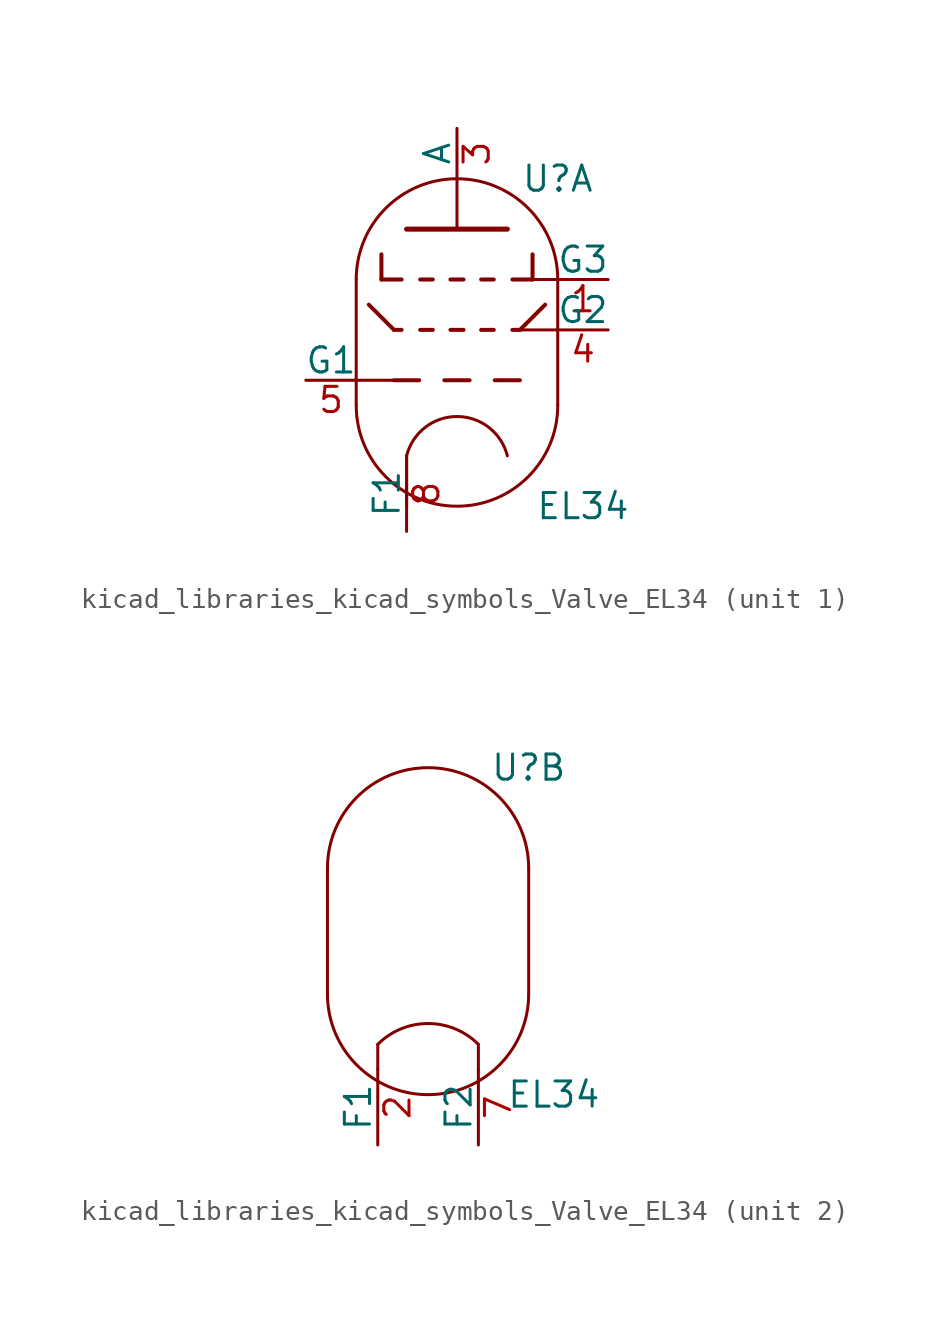
<source format=kicad_sym>
(kicad_symbol_lib
  (version 20220914)
  (generator kicad_symbol_editor)
  (symbol "kicad_libraries_kicad_symbols_Valve_EL34"
    (pin_names
      (offset 0))
    (property "Reference" "U"
      (at 5.08 8.89 0)
      (effects (font (size 1.27 1.27))))
    (property "Value" "EL34"
      (at 6.35 -7.62 0)
      (effects (font (size 1.27 1.27))))
    (property "ki_locked" ""
      (at 0 0 0)
      (effects (font (size 1.27 1.27))))
    (symbol "kicad_libraries_kicad_symbols_Valve_EL34_0_1"
      (arc (start -5.08 -2.54) (mid 0 -7.5979) (end 5.08 -2.54) (stroke (width 0) (type default)) (fill (type none)))
      (polyline (pts (xy -5.08 3.81) (xy -5.08 -2.54) (xy -5.08 -2.54)) (stroke (width 0) (type default)) (fill (type none)))
      (polyline (pts (xy 5.08 3.81) (xy 5.08 -2.54) (xy 5.08 -2.54)) (stroke (width 0) (type default)) (fill (type none)))
      (arc (start 5.08 3.81) (mid 0 8.8679) (end -5.08 3.81) (stroke (width 0) (type default)) (fill (type none))))
    (symbol "kicad_libraries_kicad_symbols_Valve_EL34_1_0"
      (polyline (pts (xy -2.54 -5.08) (xy -2.54 -7.62)) (stroke (width 0) (type default)) (fill (type none))))
    (symbol "kicad_libraries_kicad_symbols_Valve_EL34_1_1"
      (polyline (pts (xy -5.08 -1.27) (xy -3.175 -1.27)) (stroke (width 0) (type default)) (fill (type none)))
      (polyline (pts (xy -4.445 2.54) (xy -3.175 1.27)) (stroke (width 0.203) (type default)) (fill (type none)))
      (polyline (pts (xy -3.81 3.81) (xy -2.794 3.81)) (stroke (width 0.203) (type default)) (fill (type none)))
      (polyline (pts (xy -3.81 5.08) (xy -3.81 3.81)) (stroke (width 0.203) (type default)) (fill (type none)))
      (polyline (pts (xy -3.175 1.27) (xy -2.794 1.27)) (stroke (width 0.203) (type default)) (fill (type none)))
      (polyline (pts (xy -1.905 -1.27) (xy -3.175 -1.27)) (stroke (width 0.203) (type default)) (fill (type none)))
      (polyline (pts (xy -1.854 1.27) (xy -1.219 1.27)) (stroke (width 0.203) (type default)) (fill (type none)))
      (polyline (pts (xy -1.854 3.81) (xy -1.219 3.81)) (stroke (width 0.203) (type default)) (fill (type none)))
      (polyline (pts (xy -0.635 -1.27) (xy 0.635 -1.27)) (stroke (width 0.203) (type default)) (fill (type none)))
      (polyline (pts (xy -0.33 1.27) (xy 0.33 1.27)) (stroke (width 0.203) (type default)) (fill (type none)))
      (polyline (pts (xy -0.33 3.81) (xy 0.33 3.81)) (stroke (width 0.203) (type default)) (fill (type none)))
      (polyline (pts (xy 0 6.35) (xy 0 8.89)) (stroke (width 0) (type default)) (fill (type none)))
      (polyline (pts (xy 1.219 1.27) (xy 1.854 1.27)) (stroke (width 0.203) (type default)) (fill (type none)))
      (polyline (pts (xy 1.219 3.81) (xy 1.854 3.81)) (stroke (width 0.203) (type default)) (fill (type none)))
      (polyline (pts (xy 1.905 -1.27) (xy 3.175 -1.27)) (stroke (width 0.203) (type default)) (fill (type none)))
      (polyline (pts (xy 2.794 1.27) (xy 3.175 1.27)) (stroke (width 0.203) (type default)) (fill (type none)))
      (polyline (pts (xy 3.175 1.27) (xy 5.08 1.27)) (stroke (width 0) (type default)) (fill (type none)))
      (polyline (pts (xy 3.81 3.81) (xy 2.794 3.81)) (stroke (width 0.203) (type default)) (fill (type none)))
      (polyline (pts (xy 3.81 5.08) (xy 3.81 3.81)) (stroke (width 0.203) (type default)) (fill (type none)))
      (polyline (pts (xy 3.886 3.81) (xy 5.08 3.81)) (stroke (width 0) (type default)) (fill (type none)))
      (polyline (pts (xy 4.445 2.54) (xy 3.175 1.27)) (stroke (width 0.203) (type default)) (fill (type none)))
      (polyline (pts (xy -2.54 6.35) (xy 2.54 6.35) (xy 2.54 6.35) (xy 2.54 6.35)) (stroke (width 0.254) (type default)) (fill (type none)))
      (arc (start 2.54 -5.08) (mid 0 -3.0968) (end -2.54 -5.08) (stroke (width 0) (type default)) (fill (type none)))
      (pin input line (at 7.62 3.81 180) (length 2.54) (name "G3" (effects (font (size 1.27 1.27)))) (number "1" (effects (font (size 1.27 1.27)))))
      (pin output line (at 0 11.43 270) (length 2.54) (name "A" (effects (font (size 1.27 1.27)))) (number "3" (effects (font (size 1.27 1.27)))))
      (pin input line (at 7.62 1.27 180) (length 2.54) (name "G2" (effects (font (size 1.27 1.27)))) (number "4" (effects (font (size 1.27 1.27)))))
      (pin input line (at -7.62 -1.27 0) (length 2.54) (name "G1" (effects (font (size 1.27 1.27)))) (number "5" (effects (font (size 1.27 1.27)))))
      (pin power_in line (at -2.54 -8.89 90) (length 3.81) (name "F1" (effects (font (size 1.27 1.27)))) (number "8" (effects (font (size 1.27 1.27))))))
    (symbol "kicad_libraries_kicad_symbols_Valve_EL34_2_1"
      (polyline (pts (xy -2.54 -6.35) (xy -2.54 -5.08) (xy -2.54 -5.08)) (stroke (width 0) (type default)) (fill (type none)))
      (polyline (pts (xy 2.54 -6.35) (xy 2.54 -5.08) (xy 2.54 -5.08)) (stroke (width 0) (type default)) (fill (type none)))
      (arc (start 2.54 -5.08) (mid 0 -4.0279) (end -2.54 -5.08) (stroke (width 0) (type default)) (fill (type none)))
      (pin power_in line (at -2.54 -10.16 90) (length 3.81) (name "F1" (effects (font (size 1.27 1.27)))) (number "2" (effects (font (size 1.27 1.27)))))
      (pin power_in line (at 2.54 -10.16 90) (length 3.81) (name "F2" (effects (font (size 1.27 1.27)))) (number "7" (effects (font (size 1.27 1.27))))))))
</source>
